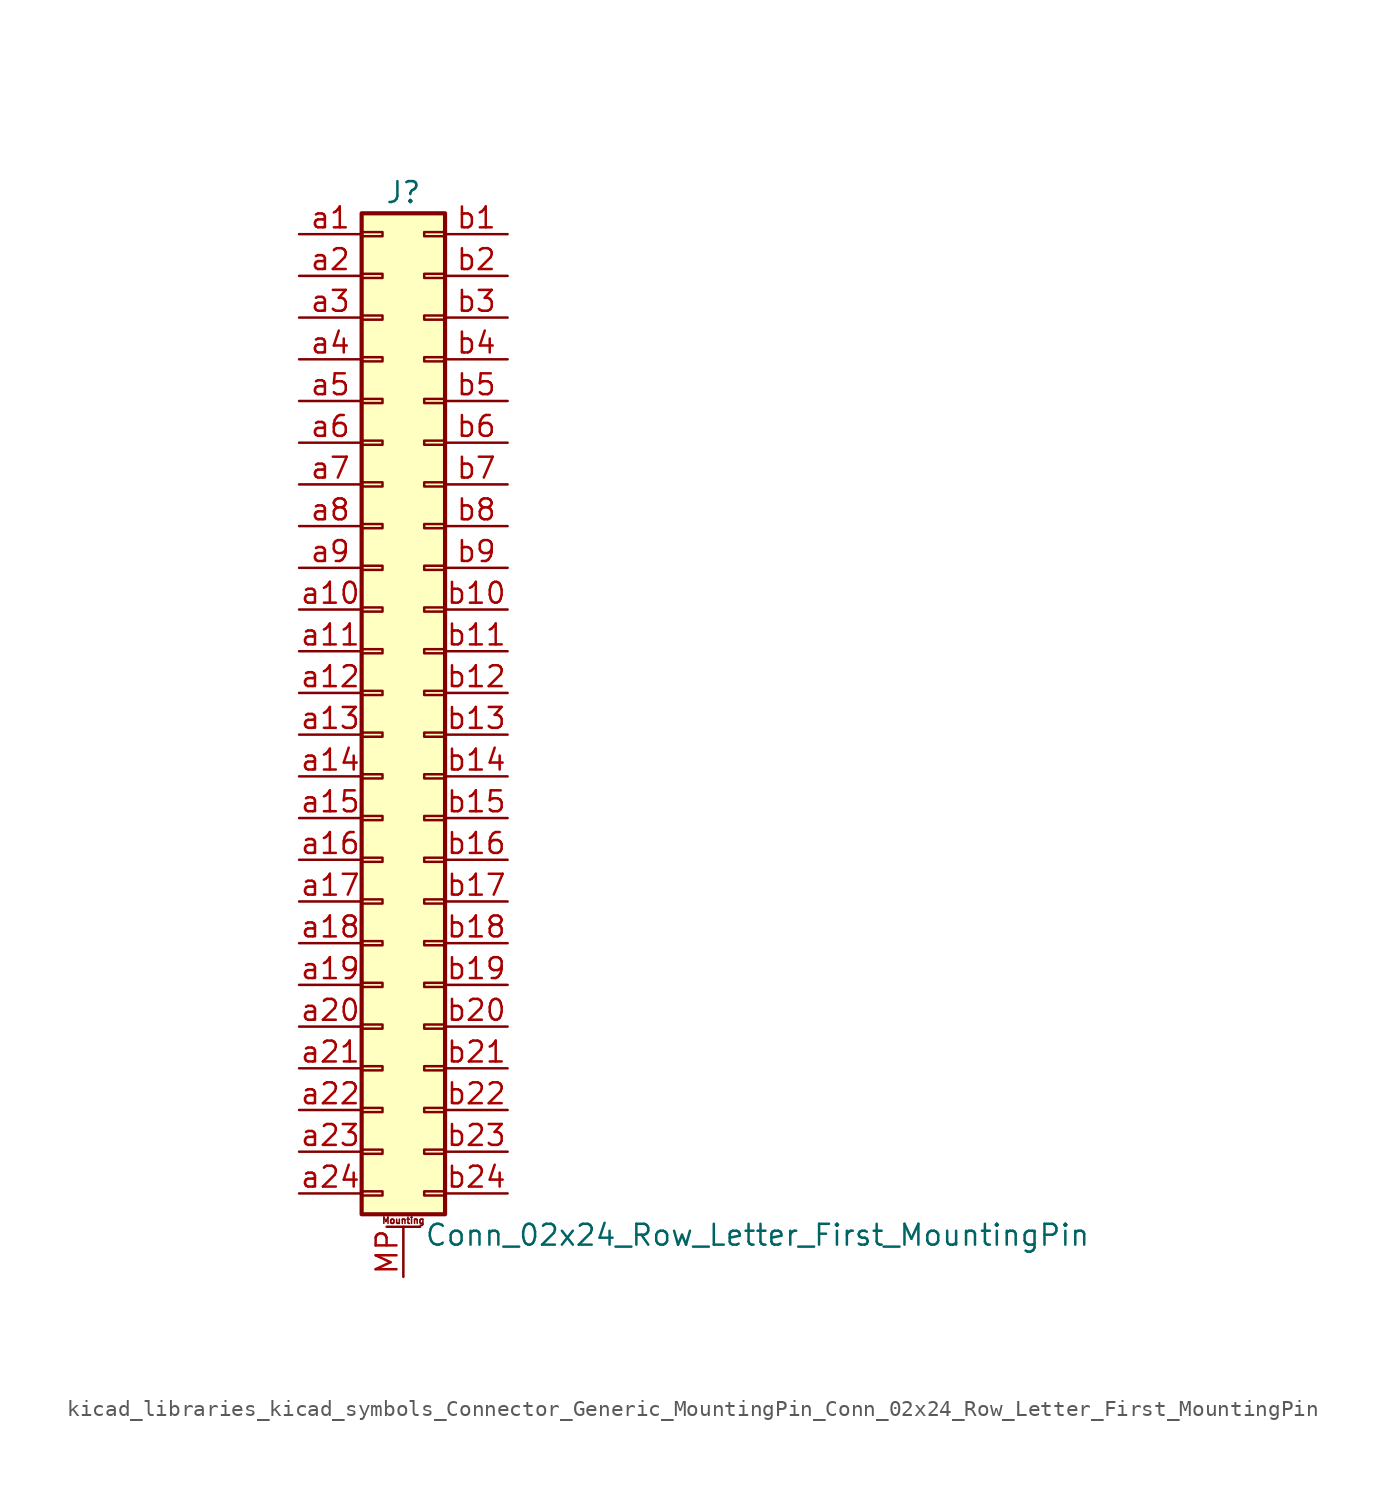
<source format=kicad_sym>
(kicad_symbol_lib
  (version 20220914)
  (generator kicad_symbol_editor)
  (symbol "kicad_libraries_kicad_symbols_Connector_Generic_MountingPin_Conn_02x24_Row_Letter_First_MountingPin"
    (pin_names
      (offset 1.016) hide)
    (property "Reference" "J"
      (at 1.27 30.48 0)
      (effects (font (size 1.27 1.27))))
    (property "Value" "Conn_02x24_Row_Letter_First_MountingPin"
      (at 2.54 -33.02 0)
      (effects (font (size 1.27 1.27)) (justify left)))
    (symbol "kicad_libraries_kicad_symbols_Connector_Generic_MountingPin_Conn_02x24_Row_Letter_First_MountingPin_1_1"
      (rectangle (start -1.27 -30.353) (end 0 -30.607) (stroke (width 0.152) (type default)) (fill (type none)))
      (rectangle (start -1.27 -27.813) (end 0 -28.067) (stroke (width 0.152) (type default)) (fill (type none)))
      (rectangle (start -1.27 -25.273) (end 0 -25.527) (stroke (width 0.152) (type default)) (fill (type none)))
      (rectangle (start -1.27 -22.733) (end 0 -22.987) (stroke (width 0.152) (type default)) (fill (type none)))
      (rectangle (start -1.27 -20.193) (end 0 -20.447) (stroke (width 0.152) (type default)) (fill (type none)))
      (rectangle (start -1.27 -17.653) (end 0 -17.907) (stroke (width 0.152) (type default)) (fill (type none)))
      (rectangle (start -1.27 -15.113) (end 0 -15.367) (stroke (width 0.152) (type default)) (fill (type none)))
      (rectangle (start -1.27 -12.573) (end 0 -12.827) (stroke (width 0.152) (type default)) (fill (type none)))
      (rectangle (start -1.27 -10.033) (end 0 -10.287) (stroke (width 0.152) (type default)) (fill (type none)))
      (rectangle (start -1.27 -7.493) (end 0 -7.747) (stroke (width 0.152) (type default)) (fill (type none)))
      (rectangle (start -1.27 -4.953) (end 0 -5.207) (stroke (width 0.152) (type default)) (fill (type none)))
      (rectangle (start -1.27 -2.413) (end 0 -2.667) (stroke (width 0.152) (type default)) (fill (type none)))
      (rectangle (start -1.27 0.127) (end 0 -0.127) (stroke (width 0.152) (type default)) (fill (type none)))
      (rectangle (start -1.27 2.667) (end 0 2.413) (stroke (width 0.152) (type default)) (fill (type none)))
      (rectangle (start -1.27 5.207) (end 0 4.953) (stroke (width 0.152) (type default)) (fill (type none)))
      (rectangle (start -1.27 7.747) (end 0 7.493) (stroke (width 0.152) (type default)) (fill (type none)))
      (rectangle (start -1.27 10.287) (end 0 10.033) (stroke (width 0.152) (type default)) (fill (type none)))
      (rectangle (start -1.27 12.827) (end 0 12.573) (stroke (width 0.152) (type default)) (fill (type none)))
      (rectangle (start -1.27 15.367) (end 0 15.113) (stroke (width 0.152) (type default)) (fill (type none)))
      (rectangle (start -1.27 17.907) (end 0 17.653) (stroke (width 0.152) (type default)) (fill (type none)))
      (rectangle (start -1.27 20.447) (end 0 20.193) (stroke (width 0.152) (type default)) (fill (type none)))
      (rectangle (start -1.27 22.987) (end 0 22.733) (stroke (width 0.152) (type default)) (fill (type none)))
      (rectangle (start -1.27 25.527) (end 0 25.273) (stroke (width 0.152) (type default)) (fill (type none)))
      (rectangle (start -1.27 28.067) (end 0 27.813) (stroke (width 0.152) (type default)) (fill (type none)))
      (rectangle (start -1.27 29.21) (end 3.81 -31.75) (stroke (width 0.254) (type default)) (fill (type background)))
      (polyline (pts (xy 0.254 -32.512) (xy 2.286 -32.512)) (stroke (width 0.152) (type default)) (fill (type none)))
      (rectangle (start 3.81 -30.353) (end 2.54 -30.607) (stroke (width 0.152) (type default)) (fill (type none)))
      (rectangle (start 3.81 -27.813) (end 2.54 -28.067) (stroke (width 0.152) (type default)) (fill (type none)))
      (rectangle (start 3.81 -25.273) (end 2.54 -25.527) (stroke (width 0.152) (type default)) (fill (type none)))
      (rectangle (start 3.81 -22.733) (end 2.54 -22.987) (stroke (width 0.152) (type default)) (fill (type none)))
      (rectangle (start 3.81 -20.193) (end 2.54 -20.447) (stroke (width 0.152) (type default)) (fill (type none)))
      (rectangle (start 3.81 -17.653) (end 2.54 -17.907) (stroke (width 0.152) (type default)) (fill (type none)))
      (rectangle (start 3.81 -15.113) (end 2.54 -15.367) (stroke (width 0.152) (type default)) (fill (type none)))
      (rectangle (start 3.81 -12.573) (end 2.54 -12.827) (stroke (width 0.152) (type default)) (fill (type none)))
      (rectangle (start 3.81 -10.033) (end 2.54 -10.287) (stroke (width 0.152) (type default)) (fill (type none)))
      (rectangle (start 3.81 -7.493) (end 2.54 -7.747) (stroke (width 0.152) (type default)) (fill (type none)))
      (rectangle (start 3.81 -4.953) (end 2.54 -5.207) (stroke (width 0.152) (type default)) (fill (type none)))
      (rectangle (start 3.81 -2.413) (end 2.54 -2.667) (stroke (width 0.152) (type default)) (fill (type none)))
      (rectangle (start 3.81 0.127) (end 2.54 -0.127) (stroke (width 0.152) (type default)) (fill (type none)))
      (rectangle (start 3.81 2.667) (end 2.54 2.413) (stroke (width 0.152) (type default)) (fill (type none)))
      (rectangle (start 3.81 5.207) (end 2.54 4.953) (stroke (width 0.152) (type default)) (fill (type none)))
      (rectangle (start 3.81 7.747) (end 2.54 7.493) (stroke (width 0.152) (type default)) (fill (type none)))
      (rectangle (start 3.81 10.287) (end 2.54 10.033) (stroke (width 0.152) (type default)) (fill (type none)))
      (rectangle (start 3.81 12.827) (end 2.54 12.573) (stroke (width 0.152) (type default)) (fill (type none)))
      (rectangle (start 3.81 15.367) (end 2.54 15.113) (stroke (width 0.152) (type default)) (fill (type none)))
      (rectangle (start 3.81 17.907) (end 2.54 17.653) (stroke (width 0.152) (type default)) (fill (type none)))
      (rectangle (start 3.81 20.447) (end 2.54 20.193) (stroke (width 0.152) (type default)) (fill (type none)))
      (rectangle (start 3.81 22.987) (end 2.54 22.733) (stroke (width 0.152) (type default)) (fill (type none)))
      (rectangle (start 3.81 25.527) (end 2.54 25.273) (stroke (width 0.152) (type default)) (fill (type none)))
      (rectangle (start 3.81 28.067) (end 2.54 27.813) (stroke (width 0.152) (type default)) (fill (type none)))
      (text "Mounting" (at 1.27 -32.131 0) (effects (font (size 0.381 0.381))))
      (pin passive line (at 1.27 -35.56 90) (length 3.048) (name "MountPin" (effects (font (size 1.27 1.27)))) (number "MP" (effects (font (size 1.27 1.27)))))
      (pin passive line (at -5.08 27.94 0) (length 3.81) (name "Pin_a1" (effects (font (size 1.27 1.27)))) (number "a1" (effects (font (size 1.27 1.27)))))
      (pin passive line (at -5.08 5.08 0) (length 3.81) (name "Pin_a10" (effects (font (size 1.27 1.27)))) (number "a10" (effects (font (size 1.27 1.27)))))
      (pin passive line (at -5.08 2.54 0) (length 3.81) (name "Pin_a11" (effects (font (size 1.27 1.27)))) (number "a11" (effects (font (size 1.27 1.27)))))
      (pin passive line (at -5.08 0 0) (length 3.81) (name "Pin_a12" (effects (font (size 1.27 1.27)))) (number "a12" (effects (font (size 1.27 1.27)))))
      (pin passive line (at -5.08 -2.54 0) (length 3.81) (name "Pin_a13" (effects (font (size 1.27 1.27)))) (number "a13" (effects (font (size 1.27 1.27)))))
      (pin passive line (at -5.08 -5.08 0) (length 3.81) (name "Pin_a14" (effects (font (size 1.27 1.27)))) (number "a14" (effects (font (size 1.27 1.27)))))
      (pin passive line (at -5.08 -7.62 0) (length 3.81) (name "Pin_a15" (effects (font (size 1.27 1.27)))) (number "a15" (effects (font (size 1.27 1.27)))))
      (pin passive line (at -5.08 -10.16 0) (length 3.81) (name "Pin_a16" (effects (font (size 1.27 1.27)))) (number "a16" (effects (font (size 1.27 1.27)))))
      (pin passive line (at -5.08 -12.7 0) (length 3.81) (name "Pin_a17" (effects (font (size 1.27 1.27)))) (number "a17" (effects (font (size 1.27 1.27)))))
      (pin passive line (at -5.08 -15.24 0) (length 3.81) (name "Pin_a18" (effects (font (size 1.27 1.27)))) (number "a18" (effects (font (size 1.27 1.27)))))
      (pin passive line (at -5.08 -17.78 0) (length 3.81) (name "Pin_a19" (effects (font (size 1.27 1.27)))) (number "a19" (effects (font (size 1.27 1.27)))))
      (pin passive line (at -5.08 25.4 0) (length 3.81) (name "Pin_a2" (effects (font (size 1.27 1.27)))) (number "a2" (effects (font (size 1.27 1.27)))))
      (pin passive line (at -5.08 -20.32 0) (length 3.81) (name "Pin_a20" (effects (font (size 1.27 1.27)))) (number "a20" (effects (font (size 1.27 1.27)))))
      (pin passive line (at -5.08 -22.86 0) (length 3.81) (name "Pin_a21" (effects (font (size 1.27 1.27)))) (number "a21" (effects (font (size 1.27 1.27)))))
      (pin passive line (at -5.08 -25.4 0) (length 3.81) (name "Pin_a22" (effects (font (size 1.27 1.27)))) (number "a22" (effects (font (size 1.27 1.27)))))
      (pin passive line (at -5.08 -27.94 0) (length 3.81) (name "Pin_a23" (effects (font (size 1.27 1.27)))) (number "a23" (effects (font (size 1.27 1.27)))))
      (pin passive line (at -5.08 -30.48 0) (length 3.81) (name "Pin_a24" (effects (font (size 1.27 1.27)))) (number "a24" (effects (font (size 1.27 1.27)))))
      (pin passive line (at -5.08 22.86 0) (length 3.81) (name "Pin_a3" (effects (font (size 1.27 1.27)))) (number "a3" (effects (font (size 1.27 1.27)))))
      (pin passive line (at -5.08 20.32 0) (length 3.81) (name "Pin_a4" (effects (font (size 1.27 1.27)))) (number "a4" (effects (font (size 1.27 1.27)))))
      (pin passive line (at -5.08 17.78 0) (length 3.81) (name "Pin_a5" (effects (font (size 1.27 1.27)))) (number "a5" (effects (font (size 1.27 1.27)))))
      (pin passive line (at -5.08 15.24 0) (length 3.81) (name "Pin_a6" (effects (font (size 1.27 1.27)))) (number "a6" (effects (font (size 1.27 1.27)))))
      (pin passive line (at -5.08 12.7 0) (length 3.81) (name "Pin_a7" (effects (font (size 1.27 1.27)))) (number "a7" (effects (font (size 1.27 1.27)))))
      (pin passive line (at -5.08 10.16 0) (length 3.81) (name "Pin_a8" (effects (font (size 1.27 1.27)))) (number "a8" (effects (font (size 1.27 1.27)))))
      (pin passive line (at -5.08 7.62 0) (length 3.81) (name "Pin_a9" (effects (font (size 1.27 1.27)))) (number "a9" (effects (font (size 1.27 1.27)))))
      (pin passive line (at 7.62 27.94 180) (length 3.81) (name "Pin_b1" (effects (font (size 1.27 1.27)))) (number "b1" (effects (font (size 1.27 1.27)))))
      (pin passive line (at 7.62 5.08 180) (length 3.81) (name "Pin_b10" (effects (font (size 1.27 1.27)))) (number "b10" (effects (font (size 1.27 1.27)))))
      (pin passive line (at 7.62 2.54 180) (length 3.81) (name "Pin_b11" (effects (font (size 1.27 1.27)))) (number "b11" (effects (font (size 1.27 1.27)))))
      (pin passive line (at 7.62 0 180) (length 3.81) (name "Pin_b12" (effects (font (size 1.27 1.27)))) (number "b12" (effects (font (size 1.27 1.27)))))
      (pin passive line (at 7.62 -2.54 180) (length 3.81) (name "Pin_b13" (effects (font (size 1.27 1.27)))) (number "b13" (effects (font (size 1.27 1.27)))))
      (pin passive line (at 7.62 -5.08 180) (length 3.81) (name "Pin_b14" (effects (font (size 1.27 1.27)))) (number "b14" (effects (font (size 1.27 1.27)))))
      (pin passive line (at 7.62 -7.62 180) (length 3.81) (name "Pin_b15" (effects (font (size 1.27 1.27)))) (number "b15" (effects (font (size 1.27 1.27)))))
      (pin passive line (at 7.62 -10.16 180) (length 3.81) (name "Pin_b16" (effects (font (size 1.27 1.27)))) (number "b16" (effects (font (size 1.27 1.27)))))
      (pin passive line (at 7.62 -12.7 180) (length 3.81) (name "Pin_b17" (effects (font (size 1.27 1.27)))) (number "b17" (effects (font (size 1.27 1.27)))))
      (pin passive line (at 7.62 -15.24 180) (length 3.81) (name "Pin_b18" (effects (font (size 1.27 1.27)))) (number "b18" (effects (font (size 1.27 1.27)))))
      (pin passive line (at 7.62 -17.78 180) (length 3.81) (name "Pin_b19" (effects (font (size 1.27 1.27)))) (number "b19" (effects (font (size 1.27 1.27)))))
      (pin passive line (at 7.62 25.4 180) (length 3.81) (name "Pin_b2" (effects (font (size 1.27 1.27)))) (number "b2" (effects (font (size 1.27 1.27)))))
      (pin passive line (at 7.62 -20.32 180) (length 3.81) (name "Pin_b20" (effects (font (size 1.27 1.27)))) (number "b20" (effects (font (size 1.27 1.27)))))
      (pin passive line (at 7.62 -22.86 180) (length 3.81) (name "Pin_b21" (effects (font (size 1.27 1.27)))) (number "b21" (effects (font (size 1.27 1.27)))))
      (pin passive line (at 7.62 -25.4 180) (length 3.81) (name "Pin_b22" (effects (font (size 1.27 1.27)))) (number "b22" (effects (font (size 1.27 1.27)))))
      (pin passive line (at 7.62 -27.94 180) (length 3.81) (name "Pin_b23" (effects (font (size 1.27 1.27)))) (number "b23" (effects (font (size 1.27 1.27)))))
      (pin passive line (at 7.62 -30.48 180) (length 3.81) (name "Pin_b24" (effects (font (size 1.27 1.27)))) (number "b24" (effects (font (size 1.27 1.27)))))
      (pin passive line (at 7.62 22.86 180) (length 3.81) (name "Pin_b3" (effects (font (size 1.27 1.27)))) (number "b3" (effects (font (size 1.27 1.27)))))
      (pin passive line (at 7.62 20.32 180) (length 3.81) (name "Pin_b4" (effects (font (size 1.27 1.27)))) (number "b4" (effects (font (size 1.27 1.27)))))
      (pin passive line (at 7.62 17.78 180) (length 3.81) (name "Pin_b5" (effects (font (size 1.27 1.27)))) (number "b5" (effects (font (size 1.27 1.27)))))
      (pin passive line (at 7.62 15.24 180) (length 3.81) (name "Pin_b6" (effects (font (size 1.27 1.27)))) (number "b6" (effects (font (size 1.27 1.27)))))
      (pin passive line (at 7.62 12.7 180) (length 3.81) (name "Pin_b7" (effects (font (size 1.27 1.27)))) (number "b7" (effects (font (size 1.27 1.27)))))
      (pin passive line (at 7.62 10.16 180) (length 3.81) (name "Pin_b8" (effects (font (size 1.27 1.27)))) (number "b8" (effects (font (size 1.27 1.27)))))
      (pin passive line (at 7.62 7.62 180) (length 3.81) (name "Pin_b9" (effects (font (size 1.27 1.27)))) (number "b9" (effects (font (size 1.27 1.27))))))))
</source>
